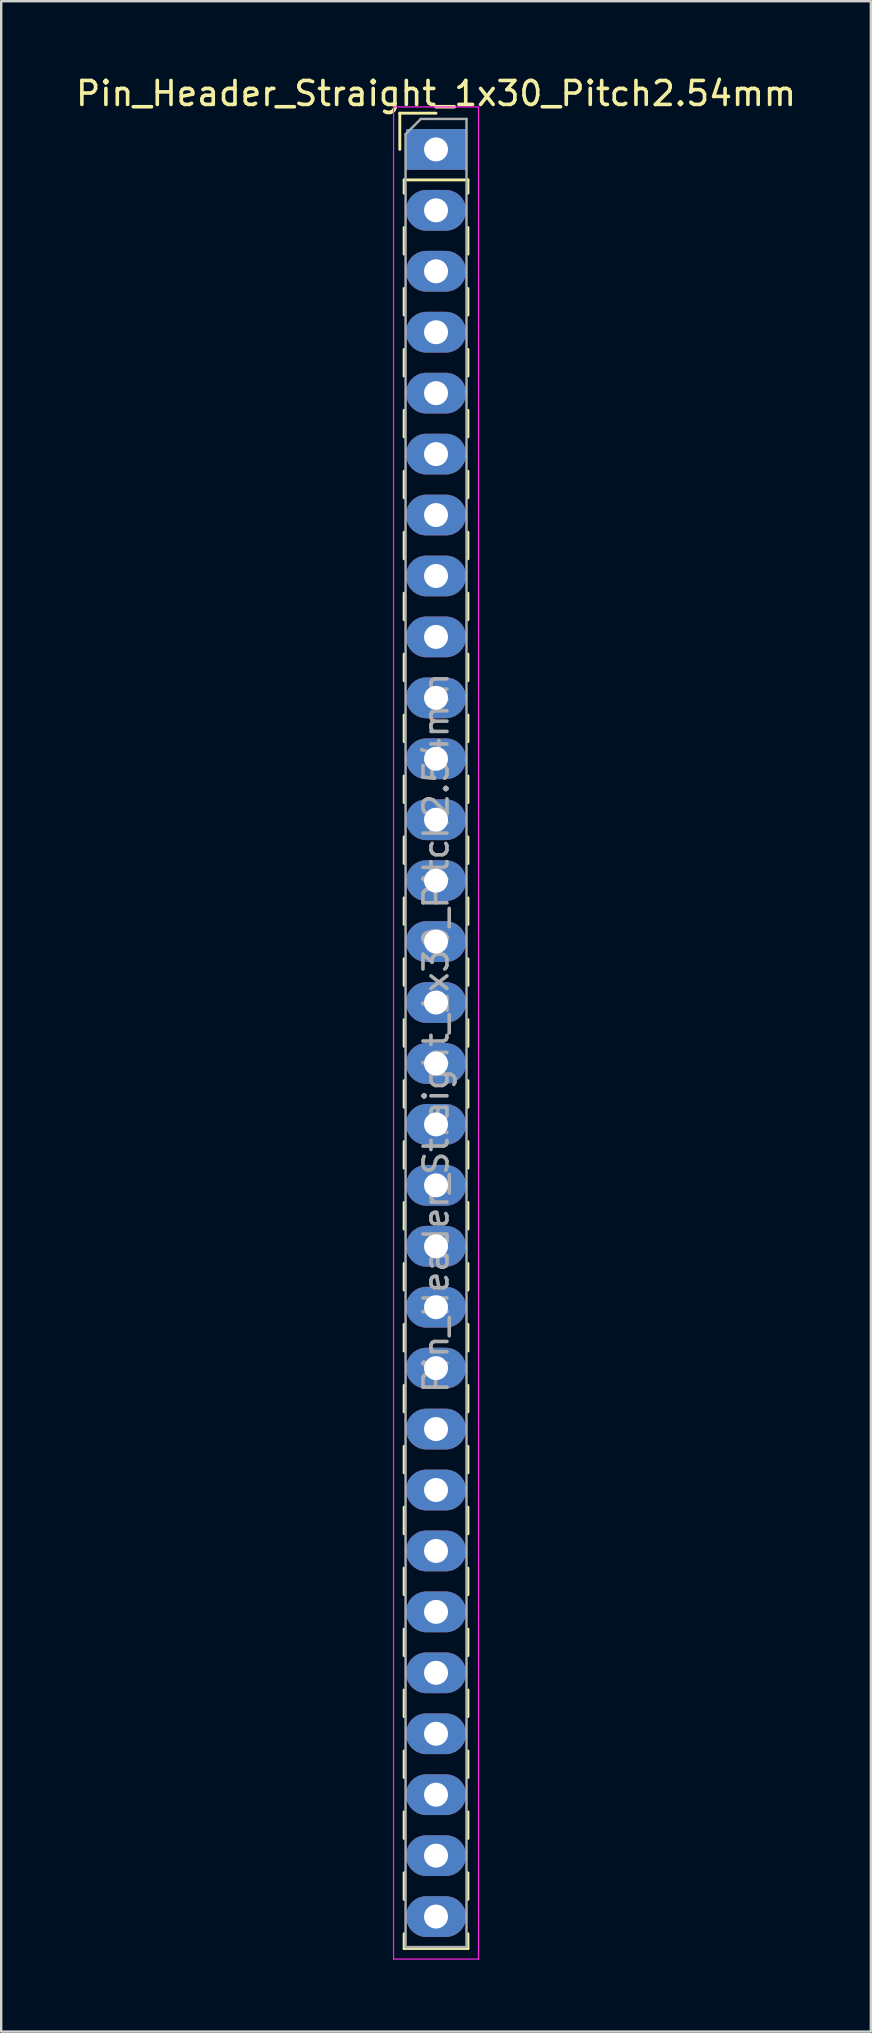
<source format=kicad_pcb>
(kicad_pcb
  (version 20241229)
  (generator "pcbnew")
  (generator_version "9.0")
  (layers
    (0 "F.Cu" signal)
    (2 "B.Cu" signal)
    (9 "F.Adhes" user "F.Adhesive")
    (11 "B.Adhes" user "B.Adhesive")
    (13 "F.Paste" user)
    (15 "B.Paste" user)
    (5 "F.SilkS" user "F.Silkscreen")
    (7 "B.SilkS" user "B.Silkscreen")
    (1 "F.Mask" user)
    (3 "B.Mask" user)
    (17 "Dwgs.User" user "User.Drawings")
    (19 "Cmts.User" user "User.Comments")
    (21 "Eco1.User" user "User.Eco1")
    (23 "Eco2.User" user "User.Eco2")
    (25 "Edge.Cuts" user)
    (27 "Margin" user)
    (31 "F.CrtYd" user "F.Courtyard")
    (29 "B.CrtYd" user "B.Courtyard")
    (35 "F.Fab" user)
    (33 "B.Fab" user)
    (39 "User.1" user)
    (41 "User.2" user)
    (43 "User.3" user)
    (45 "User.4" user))
  (footprint "Pin_Header_Straight_1x30_Pitch2.54mm"
    (layer "F.Cu")
    (at 15.125 3.178)
    (property "Reference" "Pin_Header_Straight_1x30_Pitch2.54mm" (at 0 -2.33 0) (layer "F.SilkS") (effects (font (size 1 1) (thickness 0.15))))
    (attr through_hole)
    (fp_line (start -1.51 -1.51) (end 0 -1.51) (stroke (width 0.12) (type solid)) (layer "F.SilkS"))
    (fp_line (start -1.51 0) (end -1.51 -1.51) (stroke (width 0.12) (type solid)) (layer "F.SilkS"))
    (fp_line (start -1.33 1.27) (end -1.33 1.825) (stroke (width 0.12) (type solid)) (layer "F.SilkS"))
    (fp_line (start -1.33 1.27) (end 1.33 1.27) (stroke (width 0.12) (type solid)) (layer "F.SilkS"))
    (fp_line (start -1.33 3.255) (end -1.33 4.365) (stroke (width 0.12) (type solid)) (layer "F.SilkS"))
    (fp_line (start -1.33 5.795) (end -1.33 6.905) (stroke (width 0.12) (type solid)) (layer "F.SilkS"))
    (fp_line (start -1.33 8.335) (end -1.33 9.445) (stroke (width 0.12) (type solid)) (layer "F.SilkS"))
    (fp_line (start -1.33 10.875) (end -1.33 11.985) (stroke (width 0.12) (type solid)) (layer "F.SilkS"))
    (fp_line (start -1.33 13.415) (end -1.33 14.525) (stroke (width 0.12) (type solid)) (layer "F.SilkS"))
    (fp_line (start -1.33 15.955) (end -1.33 17.065) (stroke (width 0.12) (type solid)) (layer "F.SilkS"))
    (fp_line (start -1.33 18.495) (end -1.33 19.605) (stroke (width 0.12) (type solid)) (layer "F.SilkS"))
    (fp_line (start -1.33 21.035) (end -1.33 22.145) (stroke (width 0.12) (type solid)) (layer "F.SilkS"))
    (fp_line (start -1.33 23.575) (end -1.33 24.685) (stroke (width 0.12) (type solid)) (layer "F.SilkS"))
    (fp_line (start -1.33 26.115) (end -1.33 27.225) (stroke (width 0.12) (type solid)) (layer "F.SilkS"))
    (fp_line (start -1.33 28.655) (end -1.33 29.765) (stroke (width 0.12) (type solid)) (layer "F.SilkS"))
    (fp_line (start -1.33 31.195) (end -1.33 32.305) (stroke (width 0.12) (type solid)) (layer "F.SilkS"))
    (fp_line (start -1.33 33.735) (end -1.33 34.845) (stroke (width 0.12) (type solid)) (layer "F.SilkS"))
    (fp_line (start -1.33 36.275) (end -1.33 37.385) (stroke (width 0.12) (type solid)) (layer "F.SilkS"))
    (fp_line (start -1.33 38.815) (end -1.33 39.925) (stroke (width 0.12) (type solid)) (layer "F.SilkS"))
    (fp_line (start -1.33 41.355) (end -1.33 42.465) (stroke (width 0.12) (type solid)) (layer "F.SilkS"))
    (fp_line (start -1.33 43.895) (end -1.33 45.005) (stroke (width 0.12) (type solid)) (layer "F.SilkS"))
    (fp_line (start -1.33 46.435) (end -1.33 47.545) (stroke (width 0.12) (type solid)) (layer "F.SilkS"))
    (fp_line (start -1.33 48.975) (end -1.33 50.085) (stroke (width 0.12) (type solid)) (layer "F.SilkS"))
    (fp_line (start -1.33 51.515) (end -1.33 52.625) (stroke (width 0.12) (type solid)) (layer "F.SilkS"))
    (fp_line (start -1.33 54.055) (end -1.33 55.165) (stroke (width 0.12) (type solid)) (layer "F.SilkS"))
    (fp_line (start -1.33 56.595) (end -1.33 57.705) (stroke (width 0.12) (type solid)) (layer "F.SilkS"))
    (fp_line (start -1.33 59.135) (end -1.33 60.245) (stroke (width 0.12) (type solid)) (layer "F.SilkS"))
    (fp_line (start -1.33 61.675) (end -1.33 62.785) (stroke (width 0.12) (type solid)) (layer "F.SilkS"))
    (fp_line (start -1.33 64.215) (end -1.33 65.325) (stroke (width 0.12) (type solid)) (layer "F.SilkS"))
    (fp_line (start -1.33 66.755) (end -1.33 67.865) (stroke (width 0.12) (type solid)) (layer "F.SilkS"))
    (fp_line (start -1.33 69.295) (end -1.33 70.405) (stroke (width 0.12) (type solid)) (layer "F.SilkS"))
    (fp_line (start -1.33 71.835) (end -1.33 72.945) (stroke (width 0.12) (type solid)) (layer "F.SilkS"))
    (fp_line (start -1.33 74.375) (end -1.33 74.99) (stroke (width 0.12) (type solid)) (layer "F.SilkS"))
    (fp_line (start -1.33 74.99) (end 1.33 74.99) (stroke (width 0.12) (type solid)) (layer "F.SilkS"))
    (fp_line (start 1.33 1.27) (end 1.33 1.825) (stroke (width 0.12) (type solid)) (layer "F.SilkS"))
    (fp_line (start 1.33 3.255) (end 1.33 4.365) (stroke (width 0.12) (type solid)) (layer "F.SilkS"))
    (fp_line (start 1.33 5.795) (end 1.33 6.905) (stroke (width 0.12) (type solid)) (layer "F.SilkS"))
    (fp_line (start 1.33 8.335) (end 1.33 9.445) (stroke (width 0.12) (type solid)) (layer "F.SilkS"))
    (fp_line (start 1.33 10.875) (end 1.33 11.985) (stroke (width 0.12) (type solid)) (layer "F.SilkS"))
    (fp_line (start 1.33 13.415) (end 1.33 14.525) (stroke (width 0.12) (type solid)) (layer "F.SilkS"))
    (fp_line (start 1.33 15.955) (end 1.33 17.065) (stroke (width 0.12) (type solid)) (layer "F.SilkS"))
    (fp_line (start 1.33 18.495) (end 1.33 19.605) (stroke (width 0.12) (type solid)) (layer "F.SilkS"))
    (fp_line (start 1.33 21.035) (end 1.33 22.145) (stroke (width 0.12) (type solid)) (layer "F.SilkS"))
    (fp_line (start 1.33 23.575) (end 1.33 24.685) (stroke (width 0.12) (type solid)) (layer "F.SilkS"))
    (fp_line (start 1.33 26.115) (end 1.33 27.225) (stroke (width 0.12) (type solid)) (layer "F.SilkS"))
    (fp_line (start 1.33 28.655) (end 1.33 29.765) (stroke (width 0.12) (type solid)) (layer "F.SilkS"))
    (fp_line (start 1.33 31.195) (end 1.33 32.305) (stroke (width 0.12) (type solid)) (layer "F.SilkS"))
    (fp_line (start 1.33 33.735) (end 1.33 34.845) (stroke (width 0.12) (type solid)) (layer "F.SilkS"))
    (fp_line (start 1.33 36.275) (end 1.33 37.385) (stroke (width 0.12) (type solid)) (layer "F.SilkS"))
    (fp_line (start 1.33 38.815) (end 1.33 39.925) (stroke (width 0.12) (type solid)) (layer "F.SilkS"))
    (fp_line (start 1.33 41.355) (end 1.33 42.465) (stroke (width 0.12) (type solid)) (layer "F.SilkS"))
    (fp_line (start 1.33 43.895) (end 1.33 45.005) (stroke (width 0.12) (type solid)) (layer "F.SilkS"))
    (fp_line (start 1.33 46.435) (end 1.33 47.545) (stroke (width 0.12) (type solid)) (layer "F.SilkS"))
    (fp_line (start 1.33 48.975) (end 1.33 50.085) (stroke (width 0.12) (type solid)) (layer "F.SilkS"))
    (fp_line (start 1.33 51.515) (end 1.33 52.625) (stroke (width 0.12) (type solid)) (layer "F.SilkS"))
    (fp_line (start 1.33 54.055) (end 1.33 55.165) (stroke (width 0.12) (type solid)) (layer "F.SilkS"))
    (fp_line (start 1.33 56.595) (end 1.33 57.705) (stroke (width 0.12) (type solid)) (layer "F.SilkS"))
    (fp_line (start 1.33 59.135) (end 1.33 60.245) (stroke (width 0.12) (type solid)) (layer "F.SilkS"))
    (fp_line (start 1.33 61.675) (end 1.33 62.785) (stroke (width 0.12) (type solid)) (layer "F.SilkS"))
    (fp_line (start 1.33 64.215) (end 1.33 65.325) (stroke (width 0.12) (type solid)) (layer "F.SilkS"))
    (fp_line (start 1.33 66.755) (end 1.33 67.865) (stroke (width 0.12) (type solid)) (layer "F.SilkS"))
    (fp_line (start 1.33 69.295) (end 1.33 70.405) (stroke (width 0.12) (type solid)) (layer "F.SilkS"))
    (fp_line (start 1.33 71.835) (end 1.33 72.945) (stroke (width 0.12) (type solid)) (layer "F.SilkS"))
    (fp_line (start 1.33 74.375) (end 1.33 74.99) (stroke (width 0.12) (type solid)) (layer "F.SilkS"))
    (fp_line (start -1.77 -1.77) (end -1.77 75.43) (stroke (width 0.05) (type solid)) (layer "F.CrtYd"))
    (fp_line (start -1.77 75.43) (end 1.77 75.43) (stroke (width 0.05) (type solid)) (layer "F.CrtYd"))
    (fp_line (start 1.77 -1.77) (end -1.77 -1.77) (stroke (width 0.05) (type solid)) (layer "F.CrtYd"))
    (fp_line (start 1.77 75.43) (end 1.77 -1.77) (stroke (width 0.05) (type solid)) (layer "F.CrtYd"))
    (fp_line (start -1.27 -0.635) (end -0.635 -1.27) (stroke (width 0.1) (type solid)) (layer "F.Fab"))
    (fp_line (start -1.27 74.93) (end -1.27 -0.635) (stroke (width 0.1) (type solid)) (layer "F.Fab"))
    (fp_line (start -0.635 -1.27) (end 1.27 -1.27) (stroke (width 0.1) (type solid)) (layer "F.Fab"))
    (fp_line (start 1.27 -1.27) (end 1.27 74.93) (stroke (width 0.1) (type solid)) (layer "F.Fab"))
    (fp_line (start 1.27 74.93) (end -1.27 74.93) (stroke (width 0.1) (type solid)) (layer "F.Fab"))
    (fp_text user "${REFERENCE}" (at 0 36.83 90) (layer "F.Fab") (effects (font (size 1 1) (thickness 0.15))))
    (pad "1" thru_hole rect (at 0 0) (size 2.5 1.7) (drill 1) (layers "*.Cu" "*.Mask"))
    (pad "2" thru_hole oval (at 0 2.54) (size 2.5 1.7) (drill 1) (layers "*.Cu" "*.Mask"))
    (pad "3" thru_hole oval (at 0 5.08) (size 2.5 1.7) (drill 1) (layers "*.Cu" "*.Mask"))
    (pad "4" thru_hole oval (at 0 7.62) (size 2.5 1.7) (drill 1) (layers "*.Cu" "*.Mask"))
    (pad "5" thru_hole oval (at 0 10.16) (size 2.5 1.7) (drill 1) (layers "*.Cu" "*.Mask"))
    (pad "6" thru_hole oval (at 0 12.7) (size 2.5 1.7) (drill 1) (layers "*.Cu" "*.Mask"))
    (pad "7" thru_hole oval (at 0 15.24) (size 2.5 1.7) (drill 1) (layers "*.Cu" "*.Mask"))
    (pad "8" thru_hole oval (at 0 17.78) (size 2.5 1.7) (drill 1) (layers "*.Cu" "*.Mask"))
    (pad "9" thru_hole oval (at 0 20.32) (size 2.5 1.7) (drill 1) (layers "*.Cu" "*.Mask"))
    (pad "10" thru_hole oval (at 0 22.86) (size 2.5 1.7) (drill 1) (layers "*.Cu" "*.Mask"))
    (pad "11" thru_hole oval (at 0 25.4) (size 2.5 1.7) (drill 1) (layers "*.Cu" "*.Mask"))
    (pad "12" thru_hole oval (at 0 27.94) (size 2.5 1.7) (drill 1) (layers "*.Cu" "*.Mask"))
    (pad "13" thru_hole oval (at 0 30.48) (size 2.5 1.7) (drill 1) (layers "*.Cu" "*.Mask"))
    (pad "14" thru_hole oval (at 0 33.02) (size 2.5 1.7) (drill 1) (layers "*.Cu" "*.Mask"))
    (pad "15" thru_hole oval (at 0 35.56) (size 2.5 1.7) (drill 1) (layers "*.Cu" "*.Mask"))
    (pad "16" thru_hole oval (at 0 38.1) (size 2.5 1.7) (drill 1) (layers "*.Cu" "*.Mask"))
    (pad "17" thru_hole oval (at 0 40.64) (size 2.5 1.7) (drill 1) (layers "*.Cu" "*.Mask"))
    (pad "18" thru_hole oval (at 0 43.18) (size 2.5 1.7) (drill 1) (layers "*.Cu" "*.Mask"))
    (pad "19" thru_hole oval (at 0 45.72) (size 2.5 1.7) (drill 1) (layers "*.Cu" "*.Mask"))
    (pad "20" thru_hole oval (at 0 48.26) (size 2.5 1.7) (drill 1) (layers "*.Cu" "*.Mask"))
    (pad "21" thru_hole oval (at 0 50.8) (size 2.5 1.7) (drill 1) (layers "*.Cu" "*.Mask"))
    (pad "22" thru_hole oval (at 0 53.34) (size 2.5 1.7) (drill 1) (layers "*.Cu" "*.Mask"))
    (pad "23" thru_hole oval (at 0 55.88) (size 2.5 1.7) (drill 1) (layers "*.Cu" "*.Mask"))
    (pad "24" thru_hole oval (at 0 58.42) (size 2.5 1.7) (drill 1) (layers "*.Cu" "*.Mask"))
    (pad "25" thru_hole oval (at 0 60.96) (size 2.5 1.7) (drill 1) (layers "*.Cu" "*.Mask"))
    (pad "26" thru_hole oval (at 0 63.5) (size 2.5 1.7) (drill 1) (layers "*.Cu" "*.Mask"))
    (pad "27" thru_hole oval (at 0 66.04) (size 2.5 1.7) (drill 1) (layers "*.Cu" "*.Mask"))
    (pad "28" thru_hole oval (at 0 68.58) (size 2.5 1.7) (drill 1) (layers "*.Cu" "*.Mask"))
    (pad "29" thru_hole oval (at 0 71.12) (size 2.5 1.7) (drill 1) (layers "*.Cu" "*.Mask"))
    (pad "30" thru_hole oval (at 0 73.66) (size 2.5 1.7) (drill 1) (layers "*.Cu" "*.Mask")))
  (gr_rect
    (start -3 -3)
    (end 33.25 81.633)
    (stroke (width 0.1) (type default))
    (fill no)
    (layer "Edge.Cuts")))
</source>
